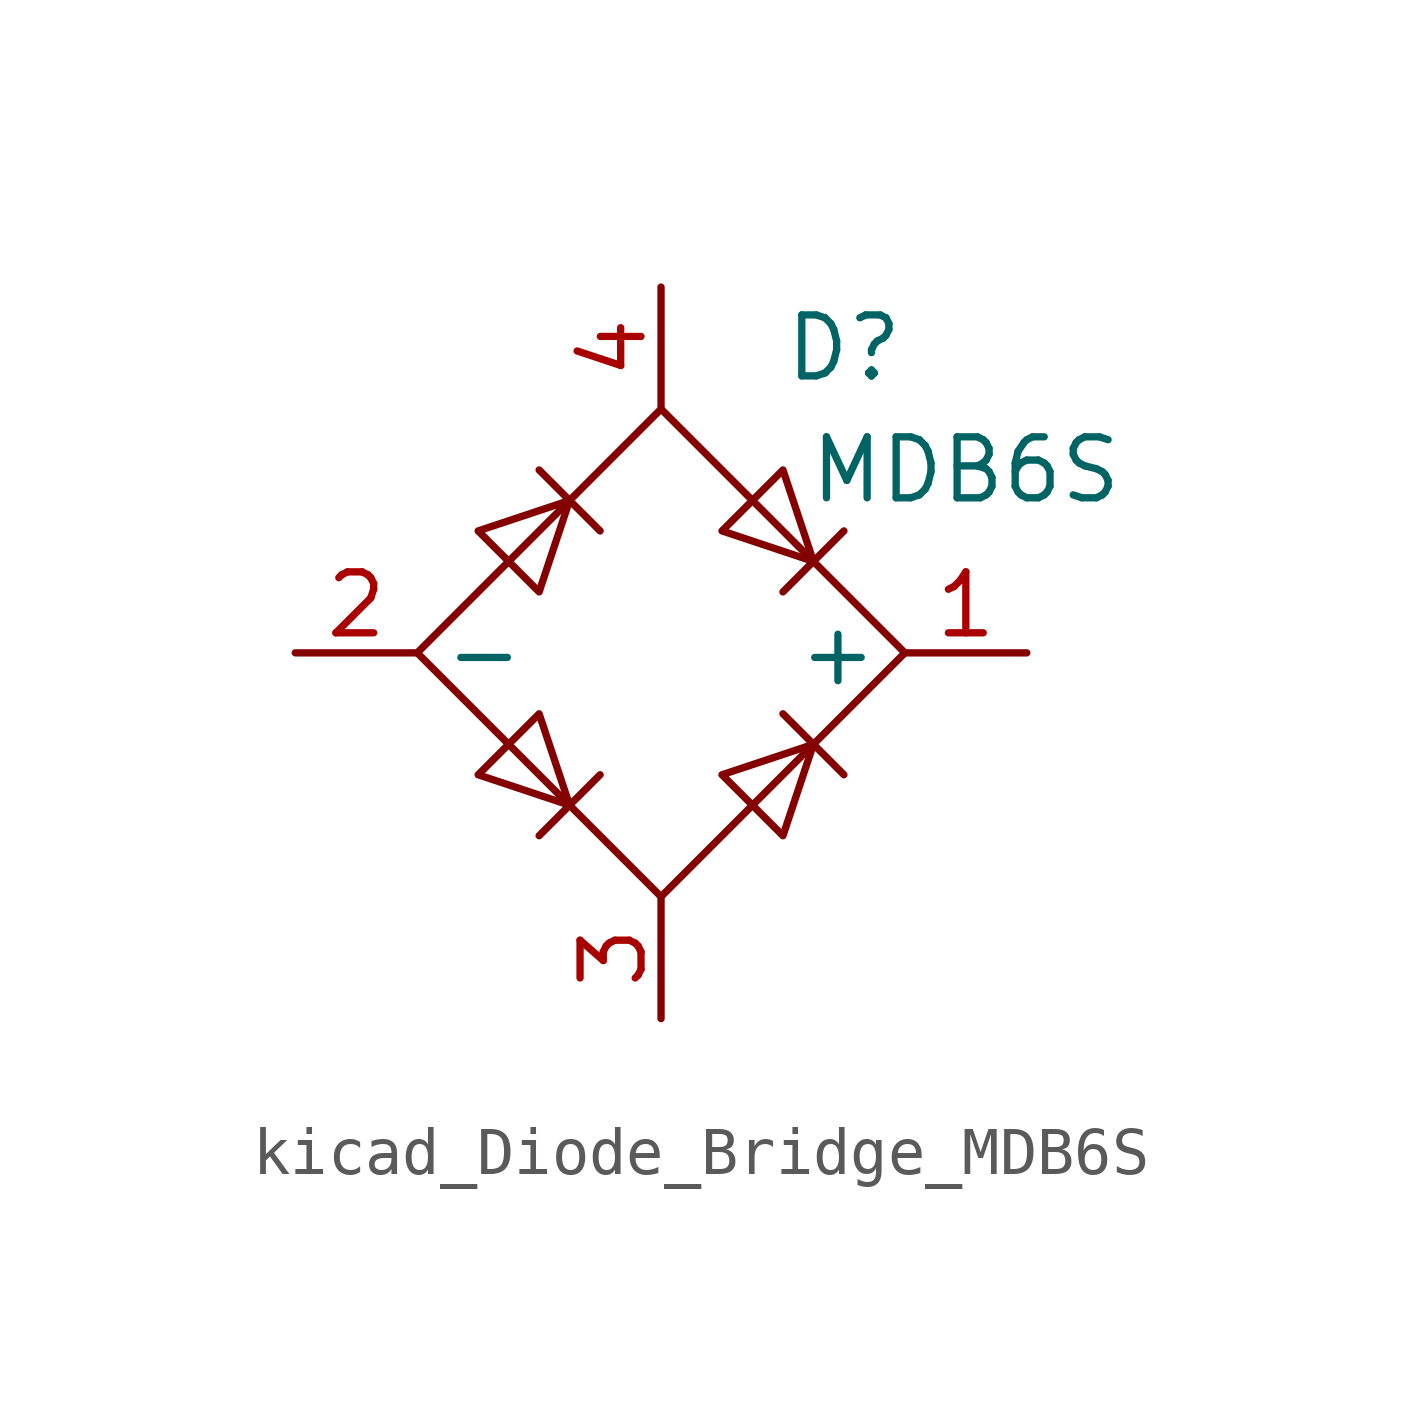
<source format=kicad_sym>
(kicad_symbol_lib
  (version 20220914)
  (generator kicad_symbol_editor)
  (symbol "kicad_Diode_Bridge_MDB6S"
    (property "Reference" "D"
      (at 3.81 6.35 0)
      (effects (font (size 1.27 1.27))))
    (property "Value" "MDB6S"
      (at 6.35 3.81 0)
      (effects (font (size 1.27 1.27))))
    (symbol "kicad_Diode_Bridge_MDB6S_1_1"
      (polyline (pts (xy -2.54 3.81) (xy -1.27 2.54)) (stroke (width 0) (type default)) (fill (type none)))
      (polyline (pts (xy -1.27 -2.54) (xy -2.54 -3.81)) (stroke (width 0) (type default)) (fill (type none)))
      (polyline (pts (xy 2.54 -1.27) (xy 3.81 -2.54)) (stroke (width 0) (type default)) (fill (type none)))
      (polyline (pts (xy 2.54 1.27) (xy 3.81 2.54)) (stroke (width 0) (type default)) (fill (type none)))
      (polyline (pts (xy -3.81 2.54) (xy -2.54 1.27) (xy -1.905 3.175) (xy -3.81 2.54)) (stroke (width 0) (type default)) (fill (type none)))
      (polyline (pts (xy -2.54 -1.27) (xy -3.81 -2.54) (xy -1.905 -3.175) (xy -2.54 -1.27)) (stroke (width 0) (type default)) (fill (type none)))
      (polyline (pts (xy 1.27 2.54) (xy 2.54 3.81) (xy 3.175 1.905) (xy 1.27 2.54)) (stroke (width 0) (type default)) (fill (type none)))
      (polyline (pts (xy 3.175 -1.905) (xy 1.27 -2.54) (xy 2.54 -3.81) (xy 3.175 -1.905)) (stroke (width 0) (type default)) (fill (type none)))
      (polyline (pts (xy -5.08 0) (xy 0 -5.08) (xy 5.08 0) (xy 0 5.08) (xy -5.08 0)) (stroke (width 0) (type default)) (fill (type none)))
      (pin passive line (at 7.62 0 180) (length 2.54) (name "+" (effects (font (size 1.27 1.27)))) (number "1" (effects (font (size 1.27 1.27)))))
      (pin passive line (at -7.62 0 0) (length 2.54) (name "-" (effects (font (size 1.27 1.27)))) (number "2" (effects (font (size 1.27 1.27)))))
      (pin passive line (at 0 -7.62 90) (length 2.54) (name "~" (effects (font (size 1.27 1.27)))) (number "3" (effects (font (size 1.27 1.27)))))
      (pin passive line (at 0 7.62 270) (length 2.54) (name "~" (effects (font (size 1.27 1.27)))) (number "4" (effects (font (size 1.27 1.27))))))))
</source>
